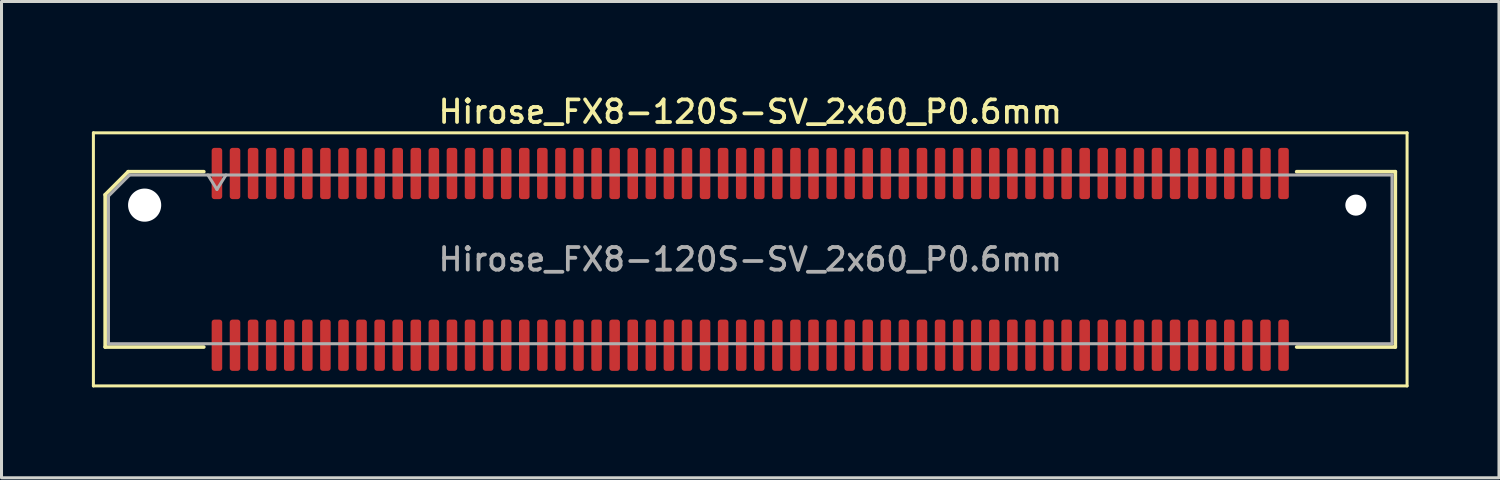
<source format=kicad_pcb>
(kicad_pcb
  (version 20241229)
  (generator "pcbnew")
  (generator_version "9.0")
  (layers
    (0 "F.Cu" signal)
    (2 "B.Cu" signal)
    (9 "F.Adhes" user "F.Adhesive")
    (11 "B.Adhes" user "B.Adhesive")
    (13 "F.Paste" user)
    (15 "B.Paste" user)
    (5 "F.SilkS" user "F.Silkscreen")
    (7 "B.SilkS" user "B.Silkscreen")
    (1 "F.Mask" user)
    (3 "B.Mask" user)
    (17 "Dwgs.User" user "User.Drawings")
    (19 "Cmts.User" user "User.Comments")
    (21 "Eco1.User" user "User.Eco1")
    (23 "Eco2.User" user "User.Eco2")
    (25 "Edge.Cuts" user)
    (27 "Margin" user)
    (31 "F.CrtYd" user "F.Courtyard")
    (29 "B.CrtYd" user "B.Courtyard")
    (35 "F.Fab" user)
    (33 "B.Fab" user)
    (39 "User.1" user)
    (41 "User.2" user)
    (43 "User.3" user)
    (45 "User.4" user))
  (footprint "Hirose_FX8-120S-SV_2x60_P0.6mm"
    (layer "F.Cu")
    (at 21.85 5.558)
    (property "Reference" "Hirose_FX8-120S-SV_2x60_P0.6mm" (at 0 -4.9 0) (layer "F.SilkS") (effects (font (size 0.75 0.75) (thickness 0.125))))
    (attr smd)
    (fp_line (start -21.8 -4.2) (end -21.8 4.2) (stroke (width 0.1) (type solid)) (layer "F.SilkS"))
    (fp_line (start -21.8 4.2) (end 21.8 4.2) (stroke (width 0.1) (type solid)) (layer "F.SilkS"))
    (fp_line (start -21.41 -2.146) (end -20.646 -2.91) (stroke (width 0.12) (type solid)) (layer "F.SilkS"))
    (fp_line (start -21.41 2.91) (end -21.41 -2.146) (stroke (width 0.12) (type solid)) (layer "F.SilkS"))
    (fp_line (start -20.646 -2.91) (end -18.135 -2.91) (stroke (width 0.12) (type solid)) (layer "F.SilkS"))
    (fp_line (start -18.135 2.91) (end -21.41 2.91) (stroke (width 0.12) (type solid)) (layer "F.SilkS"))
    (fp_line (start 18.135 -2.91) (end 21.41 -2.91) (stroke (width 0.12) (type solid)) (layer "F.SilkS"))
    (fp_line (start 21.41 -2.91) (end 21.41 2.91) (stroke (width 0.12) (type solid)) (layer "F.SilkS"))
    (fp_line (start 21.41 2.91) (end 18.135 2.91) (stroke (width 0.12) (type solid)) (layer "F.SilkS"))
    (fp_line (start 21.8 -4.2) (end -21.8 -4.2) (stroke (width 0.1) (type solid)) (layer "F.SilkS"))
    (fp_line (start 21.8 4.2) (end 21.8 -4.2) (stroke (width 0.1) (type solid)) (layer "F.SilkS"))
    (fp_line (start -21.3 -2.1) (end -20.6 -2.8) (stroke (width 0.1) (type solid)) (layer "F.Fab"))
    (fp_line (start -21.3 2.8) (end -21.3 -2.1) (stroke (width 0.1) (type solid)) (layer "F.Fab"))
    (fp_line (start -20.6 -2.8) (end 21.3 -2.8) (stroke (width 0.1) (type solid)) (layer "F.Fab"))
    (fp_line (start -18 -2.8) (end -17.7 -2.32) (stroke (width 0.1) (type solid)) (layer "F.Fab"))
    (fp_line (start -17.7 -2.32) (end -17.4 -2.8) (stroke (width 0.1) (type solid)) (layer "F.Fab"))
    (fp_line (start 21.3 -2.8) (end 21.3 2.8) (stroke (width 0.1) (type solid)) (layer "F.Fab"))
    (fp_line (start 21.3 2.8) (end -21.3 2.8) (stroke (width 0.1) (type solid)) (layer "F.Fab"))
    (fp_text user "${REFERENCE}" (at 0 0 0) (layer "F.Fab") (effects (font (size 0.75 0.75) (thickness 0.125))))
    (pad "" np_thru_hole circle (at -20.1 -1.8) (size 1.1 1.1) (drill 1.1) (layers "*.Cu" "*.Mask"))
    (pad "" np_thru_hole circle (at 20.1 -1.8) (size 0.7 0.7) (drill 0.7) (layers "*.Cu" "*.Mask"))
    (pad "1" smd roundrect (at -17.7 -2.85) (size 0.35 1.7) (layers "F.Cu" "F.Mask" "F.Paste") (roundrect_rratio 0.25))
    (pad "2" smd roundrect (at -17.7 2.85) (size 0.35 1.7) (layers "F.Cu" "F.Mask" "F.Paste") (roundrect_rratio 0.25))
    (pad "3" smd roundrect (at -17.1 -2.85) (size 0.35 1.7) (layers "F.Cu" "F.Mask" "F.Paste") (roundrect_rratio 0.25))
    (pad "4" smd roundrect (at -17.1 2.85) (size 0.35 1.7) (layers "F.Cu" "F.Mask" "F.Paste") (roundrect_rratio 0.25))
    (pad "5" smd roundrect (at -16.5 -2.85) (size 0.35 1.7) (layers "F.Cu" "F.Mask" "F.Paste") (roundrect_rratio 0.25))
    (pad "6" smd roundrect (at -16.5 2.85) (size 0.35 1.7) (layers "F.Cu" "F.Mask" "F.Paste") (roundrect_rratio 0.25))
    (pad "7" smd roundrect (at -15.9 -2.85) (size 0.35 1.7) (layers "F.Cu" "F.Mask" "F.Paste") (roundrect_rratio 0.25))
    (pad "8" smd roundrect (at -15.9 2.85) (size 0.35 1.7) (layers "F.Cu" "F.Mask" "F.Paste") (roundrect_rratio 0.25))
    (pad "9" smd roundrect (at -15.3 -2.85) (size 0.35 1.7) (layers "F.Cu" "F.Mask" "F.Paste") (roundrect_rratio 0.25))
    (pad "10" smd roundrect (at -15.3 2.85) (size 0.35 1.7) (layers "F.Cu" "F.Mask" "F.Paste") (roundrect_rratio 0.25))
    (pad "11" smd roundrect (at -14.7 -2.85) (size 0.35 1.7) (layers "F.Cu" "F.Mask" "F.Paste") (roundrect_rratio 0.25))
    (pad "12" smd roundrect (at -14.7 2.85) (size 0.35 1.7) (layers "F.Cu" "F.Mask" "F.Paste") (roundrect_rratio 0.25))
    (pad "13" smd roundrect (at -14.1 -2.85) (size 0.35 1.7) (layers "F.Cu" "F.Mask" "F.Paste") (roundrect_rratio 0.25))
    (pad "14" smd roundrect (at -14.1 2.85) (size 0.35 1.7) (layers "F.Cu" "F.Mask" "F.Paste") (roundrect_rratio 0.25))
    (pad "15" smd roundrect (at -13.5 -2.85) (size 0.35 1.7) (layers "F.Cu" "F.Mask" "F.Paste") (roundrect_rratio 0.25))
    (pad "16" smd roundrect (at -13.5 2.85) (size 0.35 1.7) (layers "F.Cu" "F.Mask" "F.Paste") (roundrect_rratio 0.25))
    (pad "17" smd roundrect (at -12.9 -2.85) (size 0.35 1.7) (layers "F.Cu" "F.Mask" "F.Paste") (roundrect_rratio 0.25))
    (pad "18" smd roundrect (at -12.9 2.85) (size 0.35 1.7) (layers "F.Cu" "F.Mask" "F.Paste") (roundrect_rratio 0.25))
    (pad "19" smd roundrect (at -12.3 -2.85) (size 0.35 1.7) (layers "F.Cu" "F.Mask" "F.Paste") (roundrect_rratio 0.25))
    (pad "20" smd roundrect (at -12.3 2.85) (size 0.35 1.7) (layers "F.Cu" "F.Mask" "F.Paste") (roundrect_rratio 0.25))
    (pad "21" smd roundrect (at -11.7 -2.85) (size 0.35 1.7) (layers "F.Cu" "F.Mask" "F.Paste") (roundrect_rratio 0.25))
    (pad "22" smd roundrect (at -11.7 2.85) (size 0.35 1.7) (layers "F.Cu" "F.Mask" "F.Paste") (roundrect_rratio 0.25))
    (pad "23" smd roundrect (at -11.1 -2.85) (size 0.35 1.7) (layers "F.Cu" "F.Mask" "F.Paste") (roundrect_rratio 0.25))
    (pad "24" smd roundrect (at -11.1 2.85) (size 0.35 1.7) (layers "F.Cu" "F.Mask" "F.Paste") (roundrect_rratio 0.25))
    (pad "25" smd roundrect (at -10.5 -2.85) (size 0.35 1.7) (layers "F.Cu" "F.Mask" "F.Paste") (roundrect_rratio 0.25))
    (pad "26" smd roundrect (at -10.5 2.85) (size 0.35 1.7) (layers "F.Cu" "F.Mask" "F.Paste") (roundrect_rratio 0.25))
    (pad "27" smd roundrect (at -9.9 -2.85) (size 0.35 1.7) (layers "F.Cu" "F.Mask" "F.Paste") (roundrect_rratio 0.25))
    (pad "28" smd roundrect (at -9.9 2.85) (size 0.35 1.7) (layers "F.Cu" "F.Mask" "F.Paste") (roundrect_rratio 0.25))
    (pad "29" smd roundrect (at -9.3 -2.85) (size 0.35 1.7) (layers "F.Cu" "F.Mask" "F.Paste") (roundrect_rratio 0.25))
    (pad "30" smd roundrect (at -9.3 2.85) (size 0.35 1.7) (layers "F.Cu" "F.Mask" "F.Paste") (roundrect_rratio 0.25))
    (pad "31" smd roundrect (at -8.7 -2.85) (size 0.35 1.7) (layers "F.Cu" "F.Mask" "F.Paste") (roundrect_rratio 0.25))
    (pad "32" smd roundrect (at -8.7 2.85) (size 0.35 1.7) (layers "F.Cu" "F.Mask" "F.Paste") (roundrect_rratio 0.25))
    (pad "33" smd roundrect (at -8.1 -2.85) (size 0.35 1.7) (layers "F.Cu" "F.Mask" "F.Paste") (roundrect_rratio 0.25))
    (pad "34" smd roundrect (at -8.1 2.85) (size 0.35 1.7) (layers "F.Cu" "F.Mask" "F.Paste") (roundrect_rratio 0.25))
    (pad "35" smd roundrect (at -7.5 -2.85) (size 0.35 1.7) (layers "F.Cu" "F.Mask" "F.Paste") (roundrect_rratio 0.25))
    (pad "36" smd roundrect (at -7.5 2.85) (size 0.35 1.7) (layers "F.Cu" "F.Mask" "F.Paste") (roundrect_rratio 0.25))
    (pad "37" smd roundrect (at -6.9 -2.85) (size 0.35 1.7) (layers "F.Cu" "F.Mask" "F.Paste") (roundrect_rratio 0.25))
    (pad "38" smd roundrect (at -6.9 2.85) (size 0.35 1.7) (layers "F.Cu" "F.Mask" "F.Paste") (roundrect_rratio 0.25))
    (pad "39" smd roundrect (at -6.3 -2.85) (size 0.35 1.7) (layers "F.Cu" "F.Mask" "F.Paste") (roundrect_rratio 0.25))
    (pad "40" smd roundrect (at -6.3 2.85) (size 0.35 1.7) (layers "F.Cu" "F.Mask" "F.Paste") (roundrect_rratio 0.25))
    (pad "41" smd roundrect (at -5.7 -2.85) (size 0.35 1.7) (layers "F.Cu" "F.Mask" "F.Paste") (roundrect_rratio 0.25))
    (pad "42" smd roundrect (at -5.7 2.85) (size 0.35 1.7) (layers "F.Cu" "F.Mask" "F.Paste") (roundrect_rratio 0.25))
    (pad "43" smd roundrect (at -5.1 -2.85) (size 0.35 1.7) (layers "F.Cu" "F.Mask" "F.Paste") (roundrect_rratio 0.25))
    (pad "44" smd roundrect (at -5.1 2.85) (size 0.35 1.7) (layers "F.Cu" "F.Mask" "F.Paste") (roundrect_rratio 0.25))
    (pad "45" smd roundrect (at -4.5 -2.85) (size 0.35 1.7) (layers "F.Cu" "F.Mask" "F.Paste") (roundrect_rratio 0.25))
    (pad "46" smd roundrect (at -4.5 2.85) (size 0.35 1.7) (layers "F.Cu" "F.Mask" "F.Paste") (roundrect_rratio 0.25))
    (pad "47" smd roundrect (at -3.9 -2.85) (size 0.35 1.7) (layers "F.Cu" "F.Mask" "F.Paste") (roundrect_rratio 0.25))
    (pad "48" smd roundrect (at -3.9 2.85) (size 0.35 1.7) (layers "F.Cu" "F.Mask" "F.Paste") (roundrect_rratio 0.25))
    (pad "49" smd roundrect (at -3.3 -2.85) (size 0.35 1.7) (layers "F.Cu" "F.Mask" "F.Paste") (roundrect_rratio 0.25))
    (pad "50" smd roundrect (at -3.3 2.85) (size 0.35 1.7) (layers "F.Cu" "F.Mask" "F.Paste") (roundrect_rratio 0.25))
    (pad "51" smd roundrect (at -2.7 -2.85) (size 0.35 1.7) (layers "F.Cu" "F.Mask" "F.Paste") (roundrect_rratio 0.25))
    (pad "52" smd roundrect (at -2.7 2.85) (size 0.35 1.7) (layers "F.Cu" "F.Mask" "F.Paste") (roundrect_rratio 0.25))
    (pad "53" smd roundrect (at -2.1 -2.85) (size 0.35 1.7) (layers "F.Cu" "F.Mask" "F.Paste") (roundrect_rratio 0.25))
    (pad "54" smd roundrect (at -2.1 2.85) (size 0.35 1.7) (layers "F.Cu" "F.Mask" "F.Paste") (roundrect_rratio 0.25))
    (pad "55" smd roundrect (at -1.5 -2.85) (size 0.35 1.7) (layers "F.Cu" "F.Mask" "F.Paste") (roundrect_rratio 0.25))
    (pad "56" smd roundrect (at -1.5 2.85) (size 0.35 1.7) (layers "F.Cu" "F.Mask" "F.Paste") (roundrect_rratio 0.25))
    (pad "57" smd roundrect (at -0.9 -2.85) (size 0.35 1.7) (layers "F.Cu" "F.Mask" "F.Paste") (roundrect_rratio 0.25))
    (pad "58" smd roundrect (at -0.9 2.85) (size 0.35 1.7) (layers "F.Cu" "F.Mask" "F.Paste") (roundrect_rratio 0.25))
    (pad "59" smd roundrect (at -0.3 -2.85) (size 0.35 1.7) (layers "F.Cu" "F.Mask" "F.Paste") (roundrect_rratio 0.25))
    (pad "60" smd roundrect (at -0.3 2.85) (size 0.35 1.7) (layers "F.Cu" "F.Mask" "F.Paste") (roundrect_rratio 0.25))
    (pad "61" smd roundrect (at 0.3 -2.85) (size 0.35 1.7) (layers "F.Cu" "F.Mask" "F.Paste") (roundrect_rratio 0.25))
    (pad "62" smd roundrect (at 0.3 2.85) (size 0.35 1.7) (layers "F.Cu" "F.Mask" "F.Paste") (roundrect_rratio 0.25))
    (pad "63" smd roundrect (at 0.9 -2.85) (size 0.35 1.7) (layers "F.Cu" "F.Mask" "F.Paste") (roundrect_rratio 0.25))
    (pad "64" smd roundrect (at 0.9 2.85) (size 0.35 1.7) (layers "F.Cu" "F.Mask" "F.Paste") (roundrect_rratio 0.25))
    (pad "65" smd roundrect (at 1.5 -2.85) (size 0.35 1.7) (layers "F.Cu" "F.Mask" "F.Paste") (roundrect_rratio 0.25))
    (pad "66" smd roundrect (at 1.5 2.85) (size 0.35 1.7) (layers "F.Cu" "F.Mask" "F.Paste") (roundrect_rratio 0.25))
    (pad "67" smd roundrect (at 2.1 -2.85) (size 0.35 1.7) (layers "F.Cu" "F.Mask" "F.Paste") (roundrect_rratio 0.25))
    (pad "68" smd roundrect (at 2.1 2.85) (size 0.35 1.7) (layers "F.Cu" "F.Mask" "F.Paste") (roundrect_rratio 0.25))
    (pad "69" smd roundrect (at 2.7 -2.85) (size 0.35 1.7) (layers "F.Cu" "F.Mask" "F.Paste") (roundrect_rratio 0.25))
    (pad "70" smd roundrect (at 2.7 2.85) (size 0.35 1.7) (layers "F.Cu" "F.Mask" "F.Paste") (roundrect_rratio 0.25))
    (pad "71" smd roundrect (at 3.3 -2.85) (size 0.35 1.7) (layers "F.Cu" "F.Mask" "F.Paste") (roundrect_rratio 0.25))
    (pad "72" smd roundrect (at 3.3 2.85) (size 0.35 1.7) (layers "F.Cu" "F.Mask" "F.Paste") (roundrect_rratio 0.25))
    (pad "73" smd roundrect (at 3.9 -2.85) (size 0.35 1.7) (layers "F.Cu" "F.Mask" "F.Paste") (roundrect_rratio 0.25))
    (pad "74" smd roundrect (at 3.9 2.85) (size 0.35 1.7) (layers "F.Cu" "F.Mask" "F.Paste") (roundrect_rratio 0.25))
    (pad "75" smd roundrect (at 4.5 -2.85) (size 0.35 1.7) (layers "F.Cu" "F.Mask" "F.Paste") (roundrect_rratio 0.25))
    (pad "76" smd roundrect (at 4.5 2.85) (size 0.35 1.7) (layers "F.Cu" "F.Mask" "F.Paste") (roundrect_rratio 0.25))
    (pad "77" smd roundrect (at 5.1 -2.85) (size 0.35 1.7) (layers "F.Cu" "F.Mask" "F.Paste") (roundrect_rratio 0.25))
    (pad "78" smd roundrect (at 5.1 2.85) (size 0.35 1.7) (layers "F.Cu" "F.Mask" "F.Paste") (roundrect_rratio 0.25))
    (pad "79" smd roundrect (at 5.7 -2.85) (size 0.35 1.7) (layers "F.Cu" "F.Mask" "F.Paste") (roundrect_rratio 0.25))
    (pad "80" smd roundrect (at 5.7 2.85) (size 0.35 1.7) (layers "F.Cu" "F.Mask" "F.Paste") (roundrect_rratio 0.25))
    (pad "81" smd roundrect (at 6.3 -2.85) (size 0.35 1.7) (layers "F.Cu" "F.Mask" "F.Paste") (roundrect_rratio 0.25))
    (pad "82" smd roundrect (at 6.3 2.85) (size 0.35 1.7) (layers "F.Cu" "F.Mask" "F.Paste") (roundrect_rratio 0.25))
    (pad "83" smd roundrect (at 6.9 -2.85) (size 0.35 1.7) (layers "F.Cu" "F.Mask" "F.Paste") (roundrect_rratio 0.25))
    (pad "84" smd roundrect (at 6.9 2.85) (size 0.35 1.7) (layers "F.Cu" "F.Mask" "F.Paste") (roundrect_rratio 0.25))
    (pad "85" smd roundrect (at 7.5 -2.85) (size 0.35 1.7) (layers "F.Cu" "F.Mask" "F.Paste") (roundrect_rratio 0.25))
    (pad "86" smd roundrect (at 7.5 2.85) (size 0.35 1.7) (layers "F.Cu" "F.Mask" "F.Paste") (roundrect_rratio 0.25))
    (pad "87" smd roundrect (at 8.1 -2.85) (size 0.35 1.7) (layers "F.Cu" "F.Mask" "F.Paste") (roundrect_rratio 0.25))
    (pad "88" smd roundrect (at 8.1 2.85) (size 0.35 1.7) (layers "F.Cu" "F.Mask" "F.Paste") (roundrect_rratio 0.25))
    (pad "89" smd roundrect (at 8.7 -2.85) (size 0.35 1.7) (layers "F.Cu" "F.Mask" "F.Paste") (roundrect_rratio 0.25))
    (pad "90" smd roundrect (at 8.7 2.85) (size 0.35 1.7) (layers "F.Cu" "F.Mask" "F.Paste") (roundrect_rratio 0.25))
    (pad "91" smd roundrect (at 9.3 -2.85) (size 0.35 1.7) (layers "F.Cu" "F.Mask" "F.Paste") (roundrect_rratio 0.25))
    (pad "92" smd roundrect (at 9.3 2.85) (size 0.35 1.7) (layers "F.Cu" "F.Mask" "F.Paste") (roundrect_rratio 0.25))
    (pad "93" smd roundrect (at 9.9 -2.85) (size 0.35 1.7) (layers "F.Cu" "F.Mask" "F.Paste") (roundrect_rratio 0.25))
    (pad "94" smd roundrect (at 9.9 2.85) (size 0.35 1.7) (layers "F.Cu" "F.Mask" "F.Paste") (roundrect_rratio 0.25))
    (pad "95" smd roundrect (at 10.5 -2.85) (size 0.35 1.7) (layers "F.Cu" "F.Mask" "F.Paste") (roundrect_rratio 0.25))
    (pad "96" smd roundrect (at 10.5 2.85) (size 0.35 1.7) (layers "F.Cu" "F.Mask" "F.Paste") (roundrect_rratio 0.25))
    (pad "97" smd roundrect (at 11.1 -2.85) (size 0.35 1.7) (layers "F.Cu" "F.Mask" "F.Paste") (roundrect_rratio 0.25))
    (pad "98" smd roundrect (at 11.1 2.85) (size 0.35 1.7) (layers "F.Cu" "F.Mask" "F.Paste") (roundrect_rratio 0.25))
    (pad "99" smd roundrect (at 11.7 -2.85) (size 0.35 1.7) (layers "F.Cu" "F.Mask" "F.Paste") (roundrect_rratio 0.25))
    (pad "100" smd roundrect (at 11.7 2.85) (size 0.35 1.7) (layers "F.Cu" "F.Mask" "F.Paste") (roundrect_rratio 0.25))
    (pad "101" smd roundrect (at 12.3 -2.85) (size 0.35 1.7) (layers "F.Cu" "F.Mask" "F.Paste") (roundrect_rratio 0.25))
    (pad "102" smd roundrect (at 12.3 2.85) (size 0.35 1.7) (layers "F.Cu" "F.Mask" "F.Paste") (roundrect_rratio 0.25))
    (pad "103" smd roundrect (at 12.9 -2.85) (size 0.35 1.7) (layers "F.Cu" "F.Mask" "F.Paste") (roundrect_rratio 0.25))
    (pad "104" smd roundrect (at 12.9 2.85) (size 0.35 1.7) (layers "F.Cu" "F.Mask" "F.Paste") (roundrect_rratio 0.25))
    (pad "105" smd roundrect (at 13.5 -2.85) (size 0.35 1.7) (layers "F.Cu" "F.Mask" "F.Paste") (roundrect_rratio 0.25))
    (pad "106" smd roundrect (at 13.5 2.85) (size 0.35 1.7) (layers "F.Cu" "F.Mask" "F.Paste") (roundrect_rratio 0.25))
    (pad "107" smd roundrect (at 14.1 -2.85) (size 0.35 1.7) (layers "F.Cu" "F.Mask" "F.Paste") (roundrect_rratio 0.25))
    (pad "108" smd roundrect (at 14.1 2.85) (size 0.35 1.7) (layers "F.Cu" "F.Mask" "F.Paste") (roundrect_rratio 0.25))
    (pad "109" smd roundrect (at 14.7 -2.85) (size 0.35 1.7) (layers "F.Cu" "F.Mask" "F.Paste") (roundrect_rratio 0.25))
    (pad "110" smd roundrect (at 14.7 2.85) (size 0.35 1.7) (layers "F.Cu" "F.Mask" "F.Paste") (roundrect_rratio 0.25))
    (pad "111" smd roundrect (at 15.3 -2.85) (size 0.35 1.7) (layers "F.Cu" "F.Mask" "F.Paste") (roundrect_rratio 0.25))
    (pad "112" smd roundrect (at 15.3 2.85) (size 0.35 1.7) (layers "F.Cu" "F.Mask" "F.Paste") (roundrect_rratio 0.25))
    (pad "113" smd roundrect (at 15.9 -2.85) (size 0.35 1.7) (layers "F.Cu" "F.Mask" "F.Paste") (roundrect_rratio 0.25))
    (pad "114" smd roundrect (at 15.9 2.85) (size 0.35 1.7) (layers "F.Cu" "F.Mask" "F.Paste") (roundrect_rratio 0.25))
    (pad "115" smd roundrect (at 16.5 -2.85) (size 0.35 1.7) (layers "F.Cu" "F.Mask" "F.Paste") (roundrect_rratio 0.25))
    (pad "116" smd roundrect (at 16.5 2.85) (size 0.35 1.7) (layers "F.Cu" "F.Mask" "F.Paste") (roundrect_rratio 0.25))
    (pad "117" smd roundrect (at 17.1 -2.85) (size 0.35 1.7) (layers "F.Cu" "F.Mask" "F.Paste") (roundrect_rratio 0.25))
    (pad "118" smd roundrect (at 17.1 2.85) (size 0.35 1.7) (layers "F.Cu" "F.Mask" "F.Paste") (roundrect_rratio 0.25))
    (pad "119" smd roundrect (at 17.7 -2.85) (size 0.35 1.7) (layers "F.Cu" "F.Mask" "F.Paste") (roundrect_rratio 0.25))
    (pad "120" smd roundrect (at 17.7 2.85) (size 0.35 1.7) (layers "F.Cu" "F.Mask" "F.Paste") (roundrect_rratio 0.25)))
  (gr_rect
    (start -3 -3)
    (end 46.7 12.808)
    (stroke (width 0.1) (type default))
    (fill no)
    (layer "Edge.Cuts")))
</source>
